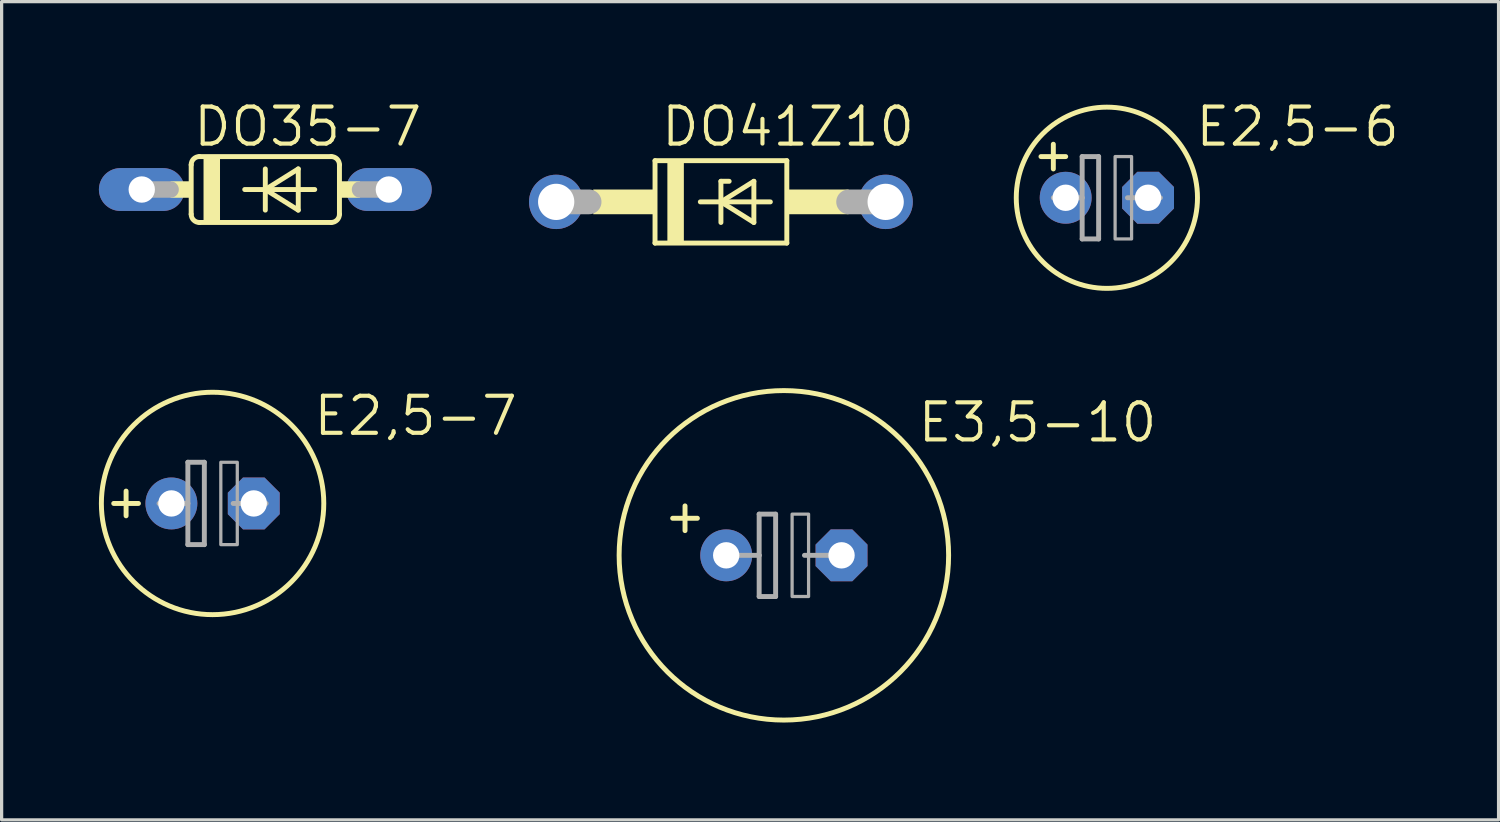
<source format=kicad_pcb>
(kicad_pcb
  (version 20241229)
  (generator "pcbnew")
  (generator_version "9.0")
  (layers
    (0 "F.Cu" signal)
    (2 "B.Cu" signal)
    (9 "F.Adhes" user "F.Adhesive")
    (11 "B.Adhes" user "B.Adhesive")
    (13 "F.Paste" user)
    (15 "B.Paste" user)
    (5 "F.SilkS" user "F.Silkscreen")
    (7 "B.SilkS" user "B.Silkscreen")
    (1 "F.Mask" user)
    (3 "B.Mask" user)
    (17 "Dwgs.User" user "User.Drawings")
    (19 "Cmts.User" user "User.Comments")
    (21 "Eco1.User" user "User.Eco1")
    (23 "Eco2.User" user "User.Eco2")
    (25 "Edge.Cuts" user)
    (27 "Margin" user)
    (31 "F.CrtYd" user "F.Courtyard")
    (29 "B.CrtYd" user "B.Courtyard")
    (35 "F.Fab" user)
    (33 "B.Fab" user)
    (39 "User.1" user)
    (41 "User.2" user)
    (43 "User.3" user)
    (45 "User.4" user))
  (footprint "E2,5-7"
    (layer "F.Cu")
    (at 3.505 12.474)
    (property "Reference" "E2,5-7" (at 3.048 -2.032 0) (layer "F.SilkS") (effects (font (size 1.143 1.143) (thickness 0.127)) (justify left bottom)))
    (fp_line (start -3.048 0) (end -2.286 0) (stroke (width 0.152) (type solid)) (layer "F.SilkS"))
    (fp_line (start -2.667 0.381) (end -2.667 -0.381) (stroke (width 0.152) (type solid)) (layer "F.SilkS"))
    (fp_circle (center 0 0) (end 3.429 0) (stroke (width 0.152) (type solid)) (fill no) (layer "F.SilkS"))
    (fp_line (start -1.651 0) (end -0.762 0) (stroke (width 0.152) (type solid)) (layer "F.Fab"))
    (fp_line (start -0.762 -1.27) (end -0.762 0) (stroke (width 0.152) (type solid)) (layer "F.Fab"))
    (fp_line (start -0.762 0) (end -0.762 1.27) (stroke (width 0.152) (type solid)) (layer "F.Fab"))
    (fp_line (start -0.762 1.27) (end -0.254 1.27) (stroke (width 0.152) (type solid)) (layer "F.Fab"))
    (fp_line (start -0.254 -1.27) (end -0.762 -1.27) (stroke (width 0.152) (type solid)) (layer "F.Fab"))
    (fp_line (start -0.254 1.27) (end -0.254 -1.27) (stroke (width 0.152) (type solid)) (layer "F.Fab"))
    (fp_line (start 0.635 0) (end 1.651 0) (stroke (width 0.152) (type solid)) (layer "F.Fab"))
    (fp_poly (pts (xy 0.254 1.27) (xy 0.762 1.27) (xy 0.762 -1.27) (xy 0.254 -1.27)) (stroke (width 0.1) (type default)) (fill no) (layer "F.Fab"))
    (pad "+" thru_hole circle (at -1.27 0) (size 1.6 1.6) (drill 0.813) (layers "*.Cu" "*.Mask"))
    (pad "-" thru_hole roundrect (at 1.27 0) (size 1.6 1.6) (drill 0.813) (layers "*.Cu" "*.Mask") (roundrect_rratio 0.25) (chamfer_ratio 0.293) (chamfer top_left top_right bottom_left bottom_right)))
  (footprint "E2,5-6"
    (layer "F.Cu")
    (at 31.081 3.048)
    (property "Reference" "E2,5-6" (at 2.667 -1.524 0) (layer "F.SilkS") (effects (font (size 1.143 1.143) (thickness 0.127)) (justify left bottom)))
    (fp_line (start -2.032 -1.27) (end -1.651 -1.27) (stroke (width 0.152) (type solid)) (layer "F.SilkS"))
    (fp_line (start -1.651 -1.27) (end -1.651 -1.651) (stroke (width 0.152) (type solid)) (layer "F.SilkS"))
    (fp_line (start -1.651 -1.27) (end -1.27 -1.27) (stroke (width 0.152) (type solid)) (layer "F.SilkS"))
    (fp_line (start -1.651 -0.889) (end -1.651 -1.27) (stroke (width 0.152) (type solid)) (layer "F.SilkS"))
    (fp_circle (center 0 0) (end 2.794 0) (stroke (width 0.152) (type solid)) (fill no) (layer "F.SilkS"))
    (fp_line (start -1.651 0) (end -0.762 0) (stroke (width 0.152) (type solid)) (layer "F.Fab"))
    (fp_line (start -0.762 -1.27) (end -0.762 0) (stroke (width 0.152) (type solid)) (layer "F.Fab"))
    (fp_line (start -0.762 0) (end -0.762 1.27) (stroke (width 0.152) (type solid)) (layer "F.Fab"))
    (fp_line (start -0.762 1.27) (end -0.254 1.27) (stroke (width 0.152) (type solid)) (layer "F.Fab"))
    (fp_line (start -0.254 -1.27) (end -0.762 -1.27) (stroke (width 0.152) (type solid)) (layer "F.Fab"))
    (fp_line (start -0.254 1.27) (end -0.254 -1.27) (stroke (width 0.152) (type solid)) (layer "F.Fab"))
    (fp_line (start 0.635 0) (end 1.651 0) (stroke (width 0.152) (type solid)) (layer "F.Fab"))
    (fp_poly (pts (xy 0.254 1.27) (xy 0.762 1.27) (xy 0.762 -1.27) (xy 0.254 -1.27)) (stroke (width 0.1) (type default)) (fill no) (layer "F.Fab"))
    (pad "+" thru_hole circle (at -1.27 0) (size 1.6 1.6) (drill 0.813) (layers "*.Cu" "*.Mask"))
    (pad "-" thru_hole roundrect (at 1.27 0) (size 1.6 1.6) (drill 0.813) (layers "*.Cu" "*.Mask") (roundrect_rratio 0.25) (chamfer_ratio 0.293) (chamfer top_left top_right bottom_left bottom_right)))
  (footprint "DO41Z10"
    (layer "F.Cu")
    (at 19.18 3.175)
    (property "Reference" "DO41Z10" (at -1.905 -1.651 0) (layer "F.SilkS") (effects (font (size 1.143 1.143) (thickness 0.127)) (justify left bottom)))
    (fp_line (start -2.032 -1.27) (end -2.032 1.27) (stroke (width 0.152) (type solid)) (layer "F.SilkS"))
    (fp_line (start -2.032 -1.27) (end 2.032 -1.27) (stroke (width 0.152) (type solid)) (layer "F.SilkS"))
    (fp_line (start -0.635 0) (end 0 0) (stroke (width 0.152) (type solid)) (layer "F.SilkS"))
    (fp_line (start 0 -0.635) (end 0 0) (stroke (width 0.152) (type solid)) (layer "F.SilkS"))
    (fp_line (start 0 0) (end 0 0.635) (stroke (width 0.152) (type solid)) (layer "F.SilkS"))
    (fp_line (start 0 0) (end 1.016 -0.635) (stroke (width 0.152) (type solid)) (layer "F.SilkS"))
    (fp_line (start 0 0) (end 1.524 0) (stroke (width 0.152) (type solid)) (layer "F.SilkS"))
    (fp_line (start 0.254 -0.635) (end 0 -0.635) (stroke (width 0.152) (type solid)) (layer "F.SilkS"))
    (fp_line (start 1.016 -0.635) (end 1.016 0.635) (stroke (width 0.152) (type solid)) (layer "F.SilkS"))
    (fp_line (start 1.016 0.635) (end 0 0) (stroke (width 0.152) (type solid)) (layer "F.SilkS"))
    (fp_line (start 2.032 1.27) (end -2.032 1.27) (stroke (width 0.152) (type solid)) (layer "F.SilkS"))
    (fp_line (start 2.032 1.27) (end 2.032 -1.27) (stroke (width 0.152) (type solid)) (layer "F.SilkS"))
    (fp_poly (pts (xy -3.937 0.381) (xy -2.032 0.381) (xy -2.032 -0.381) (xy -3.937 -0.381)) (stroke (width 0) (type default)) (fill yes) (layer "F.SilkS"))
    (fp_poly (pts (xy -1.651 1.27) (xy -1.143 1.27) (xy -1.143 -1.27) (xy -1.651 -1.27)) (stroke (width 0) (type default)) (fill yes) (layer "F.SilkS"))
    (fp_poly (pts (xy 2.032 0.381) (xy 3.937 0.381) (xy 3.937 -0.381) (xy 2.032 -0.381)) (stroke (width 0) (type default)) (fill yes) (layer "F.SilkS"))
    (fp_line (start -5.08 0) (end -4.064 0) (stroke (width 0.762) (type solid)) (layer "F.Fab"))
    (fp_line (start 5.08 0) (end 3.937 0) (stroke (width 0.762) (type solid)) (layer "F.Fab"))
    (pad "A" thru_hole circle (at 5.08 0) (size 1.676 1.676) (drill 1.118) (layers "*.Cu" "*.Mask"))
    (pad "C" thru_hole circle (at -5.08 0) (size 1.676 1.676) (drill 1.118) (layers "*.Cu" "*.Mask")))
  (footprint "E3,5-10"
    (layer "F.Cu")
    (at 21.121 14.074)
    (property "Reference" "E3,5-10" (at 4.064 -3.429 0) (layer "F.SilkS") (effects (font (size 1.143 1.143) (thickness 0.127)) (justify left bottom)))
    (fp_line (start -3.429 -1.143) (end -2.667 -1.143) (stroke (width 0.152) (type solid)) (layer "F.SilkS"))
    (fp_line (start -3.048 -0.762) (end -3.048 -1.524) (stroke (width 0.152) (type solid)) (layer "F.SilkS"))
    (fp_circle (center 0 0) (end 5.08 0) (stroke (width 0.152) (type solid)) (fill no) (layer "F.SilkS"))
    (fp_line (start -1.651 0) (end -0.762 0) (stroke (width 0.152) (type solid)) (layer "F.Fab"))
    (fp_line (start -0.762 -1.27) (end -0.762 0) (stroke (width 0.152) (type solid)) (layer "F.Fab"))
    (fp_line (start -0.762 0) (end -0.762 1.27) (stroke (width 0.152) (type solid)) (layer "F.Fab"))
    (fp_line (start -0.762 1.27) (end -0.254 1.27) (stroke (width 0.152) (type solid)) (layer "F.Fab"))
    (fp_line (start -0.254 -1.27) (end -0.762 -1.27) (stroke (width 0.152) (type solid)) (layer "F.Fab"))
    (fp_line (start -0.254 1.27) (end -0.254 -1.27) (stroke (width 0.152) (type solid)) (layer "F.Fab"))
    (fp_line (start 0.635 0) (end 1.651 0) (stroke (width 0.152) (type solid)) (layer "F.Fab"))
    (fp_poly (pts (xy 0.254 1.27) (xy 0.762 1.27) (xy 0.762 -1.27) (xy 0.254 -1.27)) (stroke (width 0.1) (type default)) (fill no) (layer "F.Fab"))
    (pad "+" thru_hole circle (at -1.778 0) (size 1.6 1.6) (drill 0.813) (layers "*.Cu" "*.Mask"))
    (pad "-" thru_hole roundrect (at 1.778 0) (size 1.6 1.6) (drill 0.813) (layers "*.Cu" "*.Mask") (roundrect_rratio 0.25) (chamfer_ratio 0.293) (chamfer top_left top_right bottom_left bottom_right)))
  (footprint "DO35-7"
    (layer "F.Cu")
    (at 5.131 2.794)
    (property "Reference" "DO35-7" (at -2.286 -1.27 0) (layer "F.SilkS") (effects (font (size 1.143 1.143) (thickness 0.127)) (justify left bottom)))
    (fp_line (start -2.286 -0.762) (end -2.286 0.762) (stroke (width 0.152) (type solid)) (layer "F.SilkS"))
    (fp_line (start -2.032 -1.016) (end 2.032 -1.016) (stroke (width 0.152) (type solid)) (layer "F.SilkS"))
    (fp_line (start -2.032 1.016) (end 2.032 1.016) (stroke (width 0.152) (type solid)) (layer "F.SilkS"))
    (fp_line (start -0.635 0) (end 0 0) (stroke (width 0.152) (type solid)) (layer "F.SilkS"))
    (fp_line (start 0 -0.635) (end 0 0) (stroke (width 0.152) (type solid)) (layer "F.SilkS"))
    (fp_line (start 0 0) (end 0 0.635) (stroke (width 0.152) (type solid)) (layer "F.SilkS"))
    (fp_line (start 0 0) (end 1.016 -0.635) (stroke (width 0.152) (type solid)) (layer "F.SilkS"))
    (fp_line (start 0 0) (end 1.524 0) (stroke (width 0.152) (type solid)) (layer "F.SilkS"))
    (fp_line (start 1.016 -0.635) (end 1.016 0.635) (stroke (width 0.152) (type solid)) (layer "F.SilkS"))
    (fp_line (start 1.016 0.635) (end 0 0) (stroke (width 0.152) (type solid)) (layer "F.SilkS"))
    (fp_line (start 2.286 -0.762) (end 2.286 0.762) (stroke (width 0.152) (type solid)) (layer "F.SilkS"))
    (fp_arc (start -2.286 -0.762) (mid -2.211605 -0.941605) (end -2.032 -1.016) (stroke (width 0.1524) (type solid)) (layer "F.SilkS"))
    (fp_arc (start -2.032 1.016) (mid -2.211605 0.941605) (end -2.286 0.762) (stroke (width 0.1524) (type solid)) (layer "F.SilkS"))
    (fp_arc (start 2.032 -1.016) (mid 2.211605 -0.941605) (end 2.286 -0.762) (stroke (width 0.1524) (type solid)) (layer "F.SilkS"))
    (fp_arc (start 2.286 0.762) (mid 2.211605 0.941605) (end 2.032 1.016) (stroke (width 0.1524) (type solid)) (layer "F.SilkS"))
    (fp_poly (pts (xy -2.921 0.254) (xy -2.286 0.254) (xy -2.286 -0.254) (xy -2.921 -0.254)) (stroke (width 0) (type default)) (fill yes) (layer "F.SilkS"))
    (fp_poly (pts (xy -1.905 1.016) (xy -1.397 1.016) (xy -1.397 -1.016) (xy -1.905 -1.016)) (stroke (width 0) (type default)) (fill yes) (layer "F.SilkS"))
    (fp_poly (pts (xy 2.286 0.254) (xy 2.921 0.254) (xy 2.921 -0.254) (xy 2.286 -0.254)) (stroke (width 0) (type default)) (fill yes) (layer "F.SilkS"))
    (fp_line (start -3.81 0) (end -2.921 0) (stroke (width 0.508) (type solid)) (layer "F.Fab"))
    (fp_line (start 3.81 0) (end 2.921 0) (stroke (width 0.508) (type solid)) (layer "F.Fab"))
    (pad "A" thru_hole oval (at 3.81 0) (size 2.642 1.321) (drill 0.813) (layers "*.Cu" "*.Mask"))
    (pad "C" thru_hole oval (at -3.81 0) (size 2.642 1.321) (drill 0.813) (layers "*.Cu" "*.Mask")))
  (gr_rect
    (start -3 -3)
    (end 43.159 22.231)
    (stroke (width 0.1) (type default))
    (fill no)
    (layer "Edge.Cuts")))
</source>
